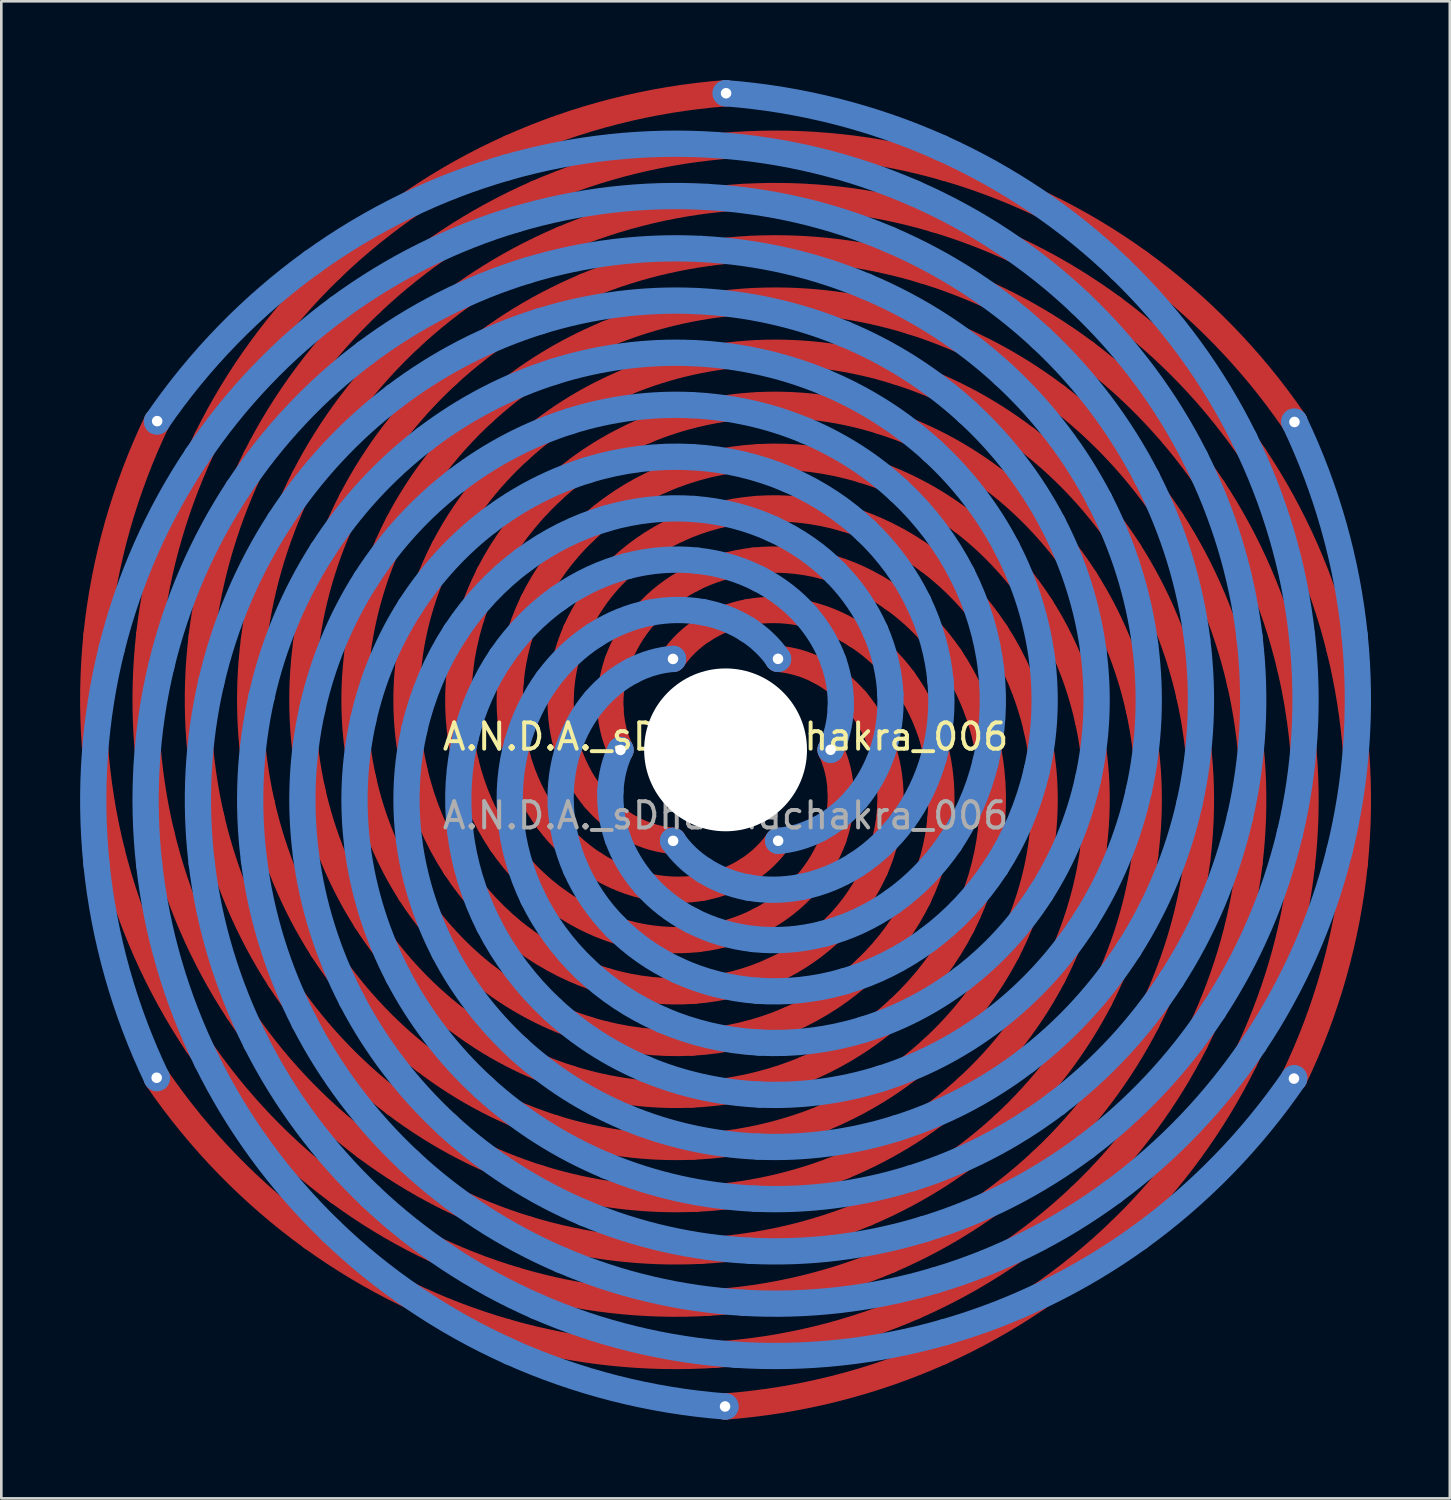
<source format=kicad_pcb>
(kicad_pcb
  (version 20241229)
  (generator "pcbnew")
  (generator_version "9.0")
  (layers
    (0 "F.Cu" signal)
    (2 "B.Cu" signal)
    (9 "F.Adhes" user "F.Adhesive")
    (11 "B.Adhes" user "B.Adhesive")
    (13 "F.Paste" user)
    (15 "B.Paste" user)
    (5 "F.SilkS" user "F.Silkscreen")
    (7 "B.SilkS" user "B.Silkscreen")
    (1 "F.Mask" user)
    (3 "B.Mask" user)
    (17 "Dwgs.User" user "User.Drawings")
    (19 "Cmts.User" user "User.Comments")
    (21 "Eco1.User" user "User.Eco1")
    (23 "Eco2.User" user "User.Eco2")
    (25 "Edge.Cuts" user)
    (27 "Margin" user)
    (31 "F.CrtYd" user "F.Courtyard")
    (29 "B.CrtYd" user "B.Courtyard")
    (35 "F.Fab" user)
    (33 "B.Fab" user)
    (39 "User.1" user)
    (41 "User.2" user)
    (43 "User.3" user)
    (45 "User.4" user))
  (footprint "A.N.D.A._sDharmachakra_006"
    (layer "F.Cu")
    (at 24.575 25.5)
    (property "Reference" "A.N.D.A._sDharmachakra_006" (at 0 -0.5 0) (unlocked yes) (layer "F.SilkS") (effects (font (size 1 1) (thickness 0.15))))
    (attr smd)
    (fp_curve (pts (xy -23.951 -4.358) (xy -23.667 -7.14) (xy -22.893 -9.911) (xy -21.651 -12.5)) (stroke (width 1) (type solid)) (layer "F.Cu"))
    (fp_curve (pts (xy -23.371 3.859) (xy -24.029 1.217) (xy -24.234 -1.576) (xy -23.951 -4.358)) (stroke (width 1) (type solid)) (layer "F.Cu"))
    (fp_curve (pts (xy -21.945 -4.365) (xy -21.66 -6.921) (xy -20.923 -9.465) (xy -19.755 -11.84)) (stroke (width 1) (type solid)) (layer "F.Cu"))
    (fp_curve (pts (xy -21.484 3.187) (xy -22.065 0.758) (xy -22.23 -1.809) (xy -21.945 -4.365)) (stroke (width 1) (type solid)) (layer "F.Cu"))
    (fp_curve (pts (xy -20.131 11.188) (xy -21.604 8.988) (xy -22.713 6.5) (xy -23.371 3.859)) (stroke (width 1) (type solid)) (layer "F.Cu"))
    (fp_curve (pts (xy -19.946 -4.308) (xy -19.667 -6.639) (xy -18.974 -8.958) (xy -17.886 -11.122)) (stroke (width 1) (type solid)) (layer "F.Cu"))
    (fp_curve (pts (xy -19.755 -11.84) (xy -18.586 -14.216) (xy -16.986 -16.42) (xy -15.027 -18.311)) (stroke (width 1) (type solid)) (layer "F.Cu"))
    (fp_curve (pts (xy -19.581 2.578) (xy -20.093 0.364) (xy -20.226 -1.977) (xy -19.946 -4.308)) (stroke (width 1) (type solid)) (layer "F.Cu"))
    (fp_curve (pts (xy -18.575 9.929) (xy -19.906 7.904) (xy -20.902 5.615) (xy -21.484 3.187)) (stroke (width 1) (type solid)) (layer "F.Cu"))
    (fp_curve (pts (xy -17.956 -4.187) (xy -17.689 -6.293) (xy -17.049 -8.39) (xy -16.047 -10.347)) (stroke (width 1) (type solid)) (layer "F.Cu"))
    (fp_curve (pts (xy -17.886 -11.122) (xy -16.798 -13.287) (xy -15.314 -15.294) (xy -13.502 -17.012)) (stroke (width 1) (type solid)) (layer "F.Cu"))
    (fp_curve (pts (xy -17.665 2.032) (xy -18.115 0.034) (xy -18.222 -2.08) (xy -17.956 -4.187)) (stroke (width 1) (type solid)) (layer "F.Cu"))
    (fp_curve (pts (xy -16.984 8.724) (xy -18.178 6.879) (xy -19.069 4.792) (xy -19.581 2.578)) (stroke (width 1) (type solid)) (layer "F.Cu"))
    (fp_curve (pts (xy -16.047 -10.347) (xy -15.046 -12.303) (xy -13.685 -14.118) (xy -12.023 -15.669)) (stroke (width 1) (type solid)) (layer "F.Cu"))
    (fp_curve (pts (xy -15.975 -4.002) (xy -15.729 -5.884) (xy -15.147 -7.762) (xy -14.239 -9.514)) (stroke (width 1) (type solid)) (layer "F.Cu"))
    (fp_curve (pts (xy -15.749 18.563) (xy -18.017 16.926) (xy -20.029 14.87) (xy -21.651 12.5)) (stroke (width 1) (type solid)) (layer "F.Cu"))
    (fp_curve (pts (xy -15.736 1.55) (xy -16.132 -0.231) (xy -16.221 -2.119) (xy -15.975 -4.002)) (stroke (width 1) (type solid)) (layer "F.Cu"))
    (fp_curve (pts (xy -15.359 7.574) (xy -16.423 5.912) (xy -17.215 4.03) (xy -17.665 2.032)) (stroke (width 1) (type solid)) (layer "F.Cu"))
    (fp_curve (pts (xy -15.027 -18.311) (xy -13.069 -20.201) (xy -10.753 -21.775) (xy -8.201 -22.921)) (stroke (width 1) (type solid)) (layer "F.Cu"))
    (fp_curve (pts (xy -14.753 16.822) (xy -16.824 15.297) (xy -18.659 13.387) (xy -20.131 11.188)) (stroke (width 1) (type solid)) (layer "F.Cu"))
    (fp_curve (pts (xy -14.239 -9.514) (xy -13.331 -11.267) (xy -12.098 -12.893) (xy -10.592 -14.282)) (stroke (width 1) (type solid)) (layer "F.Cu"))
    (fp_curve (pts (xy -14.006 -3.753) (xy -13.787 -5.414) (xy -13.271 -7.074) (xy -12.463 -8.625)) (stroke (width 1) (type solid)) (layer "F.Cu"))
    (fp_curve (pts (xy -13.797 1.131) (xy -14.145 -0.431) (xy -14.224 -2.092) (xy -14.006 -3.753)) (stroke (width 1) (type solid)) (layer "F.Cu"))
    (fp_curve (pts (xy -13.704 15.12) (xy -15.583 13.712) (xy -17.245 11.953) (xy -18.575 9.929)) (stroke (width 1) (type solid)) (layer "F.Cu"))
    (fp_curve (pts (xy -13.701 6.48) (xy -14.641 5.004) (xy -15.341 3.331) (xy -15.736 1.55)) (stroke (width 1) (type solid)) (layer "F.Cu"))
    (fp_curve (pts (xy -13.502 -17.012) (xy -11.689 -18.73) (xy -9.549 -20.157) (xy -7.192 -21.188)) (stroke (width 1) (type solid)) (layer "F.Cu"))
    (fp_curve (pts (xy -12.604 13.457) (xy -14.295 12.173) (xy -15.79 10.569) (xy -16.984 8.724)) (stroke (width 1) (type solid)) (layer "F.Cu"))
    (fp_curve (pts (xy -12.463 -8.625) (xy -11.654 -10.177) (xy -10.555 -11.62) (xy -9.21 -12.853)) (stroke (width 1) (type solid)) (layer "F.Cu"))
    (fp_curve (pts (xy -12.05 -3.441) (xy -11.866 -4.881) (xy -11.421 -6.326) (xy -10.719 -7.681)) (stroke (width 1) (type solid)) (layer "F.Cu"))
    (fp_curve (pts (xy -12.023 -15.669) (xy -10.362 -17.219) (xy -8.401 -18.505) (xy -6.242 -19.428)) (stroke (width 1) (type solid)) (layer "F.Cu"))
    (fp_curve (pts (xy -12.012 5.443) (xy -12.835 4.157) (xy -13.45 2.694) (xy -13.797 1.131)) (stroke (width 1) (type solid)) (layer "F.Cu"))
    (fp_curve (pts (xy -11.85 0.777) (xy -12.157 -0.566) (xy -12.233 -2.001) (xy -12.05 -3.441)) (stroke (width 1) (type solid)) (layer "F.Cu"))
    (fp_curve (pts (xy -11.453 11.834) (xy -12.961 10.68) (xy -14.295 9.237) (xy -15.359 7.574)) (stroke (width 1) (type solid)) (layer "F.Cu"))
    (fp_curve (pts (xy -10.719 -7.681) (xy -10.017 -9.037) (xy -9.058 -10.301) (xy -7.878 -11.383)) (stroke (width 1) (type solid)) (layer "F.Cu"))
    (fp_curve (pts (xy -10.592 -14.282) (xy -9.087 -15.671) (xy -7.309 -16.821) (xy -5.352 -17.644)) (stroke (width 1) (type solid)) (layer "F.Cu"))
    (fp_curve (pts (xy -10.293 4.462) (xy -11.005 3.37) (xy -11.542 2.12) (xy -11.85 0.777)) (stroke (width 1) (type solid)) (layer "F.Cu"))
    (fp_curve (pts (xy -10.253 10.253) (xy -11.582 9.233) (xy -12.761 7.956) (xy -13.701 6.48)) (stroke (width 1) (type solid)) (layer "F.Cu"))
    (fp_curve (pts (xy -10.108 -3.066) (xy -9.966 -4.287) (xy -9.601 -5.521) (xy -9.011 -6.683)) (stroke (width 1) (type solid)) (layer "F.Cu"))
    (fp_curve (pts (xy -9.894 0.486) (xy -10.168 -0.636) (xy -10.25 -1.845) (xy -10.108 -3.066)) (stroke (width 1) (type solid)) (layer "F.Cu"))
    (fp_curve (pts (xy -9.21 -12.853) (xy -7.866 -14.086) (xy -6.276 -15.107) (xy -4.522 -15.836)) (stroke (width 1) (type solid)) (layer "F.Cu"))
    (fp_curve (pts (xy -9.011 -6.683) (xy -8.421 -7.845) (xy -7.607 -8.936) (xy -6.597 -9.874)) (stroke (width 1) (type solid)) (layer "F.Cu"))
    (fp_curve (pts (xy -9.005 8.715) (xy -10.16 7.836) (xy -11.189 6.728) (xy -12.012 5.443)) (stroke (width 1) (type solid)) (layer "F.Cu"))
    (fp_curve (pts (xy -8.546 3.54) (xy -9.153 2.645) (xy -9.62 1.609) (xy -9.894 0.486)) (stroke (width 1) (type solid)) (layer "F.Cu"))
    (fp_curve (pts (xy -8.344 22.169) (xy -10.96 21.418) (xy -13.482 20.2) (xy -15.749 18.563)) (stroke (width 1) (type solid)) (layer "F.Cu"))
    (fp_curve (pts (xy -8.201 -22.921) (xy -5.65 -24.066) (xy -2.863 -24.781) (xy 0 -25)) (stroke (width 1) (type solid)) (layer "F.Cu"))
    (fp_curve (pts (xy -8.182 -2.629) (xy -8.089 -3.633) (xy -7.81 -4.657) (xy -7.339 -5.631)) (stroke (width 1) (type solid)) (layer "F.Cu"))
    (fp_curve (pts (xy -7.982 20.199) (xy -10.376 19.488) (xy -12.682 18.348) (xy -14.753 16.822)) (stroke (width 1) (type solid)) (layer "F.Cu"))
    (fp_curve (pts (xy -7.933 0.26) (xy -8.182 -0.642) (xy -8.275 -1.625) (xy -8.182 -2.629)) (stroke (width 1) (type solid)) (layer "F.Cu"))
    (fp_curve (pts (xy -7.878 -11.383) (xy -6.699 -12.466) (xy -5.3 -13.365) (xy -3.753 -14.006)) (stroke (width 1) (type solid)) (layer "F.Cu"))
    (fp_curve (pts (xy -7.709 7.22) (xy -8.696 6.487) (xy -9.581 5.554) (xy -10.293 4.462)) (stroke (width 1) (type solid)) (layer "F.Cu"))
    (fp_curve (pts (xy -7.558 18.247) (xy -9.732 17.583) (xy -11.825 16.528) (xy -13.704 15.12)) (stroke (width 1) (type solid)) (layer "F.Cu"))
    (fp_curve (pts (xy -7.339 -5.631) (xy -6.867 -6.605) (xy -6.203 -7.527) (xy -5.368 -8.326)) (stroke (width 1) (type solid)) (layer "F.Cu"))
    (fp_curve (pts (xy -7.192 -21.188) (xy -4.836 -22.218) (xy -2.264 -22.853) (xy 0.377 -23.028)) (stroke (width 1) (type solid)) (layer "F.Cu"))
    (fp_curve (pts (xy -7.072 16.314) (xy -9.028 15.705) (xy -10.913 14.741) (xy -12.604 13.457)) (stroke (width 1) (type solid)) (layer "F.Cu"))
    (fp_curve (pts (xy -6.772 2.676) (xy -7.282 1.981) (xy -7.685 1.161) (xy -7.933 0.26)) (stroke (width 1) (type solid)) (layer "F.Cu"))
    (fp_curve (pts (xy -6.597 -9.874) (xy -5.588 -10.811) (xy -4.384 -11.595) (xy -3.045 -12.156)) (stroke (width 1) (type solid)) (layer "F.Cu"))
    (fp_curve (pts (xy -6.526 14.403) (xy -8.266 13.855) (xy -9.945 12.989) (xy -11.453 11.834)) (stroke (width 1) (type solid)) (layer "F.Cu"))
    (fp_curve (pts (xy -6.368 5.771) (xy -7.191 5.189) (xy -7.938 4.435) (xy -8.546 3.54)) (stroke (width 1) (type solid)) (layer "F.Cu"))
    (fp_curve (pts (xy -6.273 -2.13) (xy -6.237 -2.918) (xy -6.05 -3.737) (xy -5.703 -4.526)) (stroke (width 1) (type solid)) (layer "F.Cu"))
    (fp_curve (pts (xy -6.242 -19.428) (xy -4.084 -20.351) (xy -1.729 -20.912) (xy 0.689 -21.051)) (stroke (width 1) (type solid)) (layer "F.Cu"))
    (fp_curve (pts (xy -5.968 0.098) (xy -6.198 -0.582) (xy -6.31 -1.341) (xy -6.273 -2.13)) (stroke (width 1) (type solid)) (layer "F.Cu"))
    (fp_curve (pts (xy -5.919 12.515) (xy -7.446 12.034) (xy -8.924 11.273) (xy -10.253 10.253)) (stroke (width 1) (type solid)) (layer "F.Cu"))
    (fp_curve (pts (xy -5.703 -4.526) (xy -5.356 -5.316) (xy -4.848 -6.075) (xy -4.192 -6.741)) (stroke (width 1) (type solid)) (layer "F.Cu"))
    (fp_curve (pts (xy -5.368 -8.326) (xy -4.533 -9.124) (xy -3.527 -9.799) (xy -2.398 -10.287)) (stroke (width 1) (type solid)) (layer "F.Cu"))
    (fp_curve (pts (xy -5.352 -17.644) (xy -3.395 -18.466) (xy -1.258 -18.96) (xy 0.937 -19.071)) (stroke (width 1) (type solid)) (layer "F.Cu"))
    (fp_curve (pts (xy -5.252 10.65) (xy -6.569 10.245) (xy -7.849 9.594) (xy -9.005 8.715)) (stroke (width 1) (type solid)) (layer "F.Cu"))
    (fp_curve (pts (xy -4.981 4.368) (xy -5.646 3.942) (xy -6.262 3.371) (xy -6.772 2.676)) (stroke (width 1) (type solid)) (layer "F.Cu"))
    (fp_curve (pts (xy -4.972 1.871) (xy -5.391 1.379) (xy -5.738 0.778) (xy -5.968 0.098)) (stroke (width 1) (type solid)) (layer "F.Cu"))
    (fp_curve (pts (xy -4.526 8.812) (xy -5.635 8.488) (xy -6.723 7.954) (xy -7.709 7.22)) (stroke (width 1) (type solid)) (layer "F.Cu"))
    (fp_curve (pts (xy -4.522 -15.836) (xy -2.768 -16.564) (xy -0.852 -16.998) (xy 1.12 -17.088)) (stroke (width 1) (type solid)) (layer "F.Cu"))
    (fp_curve (pts (xy -4.384 -1.569) (xy -4.41 -2.144) (xy -4.324 -2.761) (xy -4.107 -3.37)) (stroke (width 1) (type solid)) (layer "F.Cu"))
    (fp_curve (pts (xy -4.192 -6.741) (xy -3.535 -7.406) (xy -2.73 -7.978) (xy -1.814 -8.4)) (stroke (width 1) (type solid)) (layer "F.Cu"))
    (fp_curve (pts (xy -4.107 -3.37) (xy -3.89 -3.979) (xy -3.542 -4.58) (xy -3.069 -5.12)) (stroke (width 1) (type solid)) (layer "F.Cu"))
    (fp_curve (pts (xy -4 0) (xy -4.219 -0.458) (xy -4.358 -0.993) (xy -4.384 -1.569)) (stroke (width 1) (type solid)) (layer "F.Cu"))
    (fp_curve (pts (xy -3.753 -14.006) (xy -2.205 -14.647) (xy -0.509 -15.029) (xy 1.239 -15.106)) (stroke (width 1) (type solid)) (layer "F.Cu"))
    (fp_curve (pts (xy -3.742 7) (xy -4.647 6.765) (xy -5.544 6.354) (xy -6.368 5.771)) (stroke (width 1) (type solid)) (layer "F.Cu"))
    (fp_curve (pts (xy -3.551 3.012) (xy -4.062 2.747) (xy -4.553 2.364) (xy -4.972 1.871)) (stroke (width 1) (type solid)) (layer "F.Cu"))
    (fp_curve (pts (xy -3.069 -5.12) (xy -2.595 -5.659) (xy -1.994 -6.135) (xy -1.292 -6.498)) (stroke (width 1) (type solid)) (layer "F.Cu"))
    (fp_curve (pts (xy -3.045 -12.156) (xy -1.706 -12.717) (xy -0.232 -13.054) (xy 1.293 -13.124)) (stroke (width 1) (type solid)) (layer "F.Cu"))
    (fp_curve (pts (xy -2.899 5.217) (xy -3.603 5.076) (xy -4.316 4.794) (xy -4.981 4.368)) (stroke (width 1) (type solid)) (layer "F.Cu"))
    (fp_curve (pts (xy -2.398 -10.287) (xy -1.27 -10.774) (xy -0.019 -11.075) (xy 1.282 -11.145)) (stroke (width 1) (type solid)) (layer "F.Cu"))
    (fp_curve (pts (xy -2 -3.464) (xy -1.713 -3.883) (xy -1.319 -4.27) (xy -0.834 -4.581)) (stroke (width 1) (type solid)) (layer "F.Cu"))
    (fp_curve (pts (xy -2 3.464) (xy -2.506 3.424) (xy -3.039 3.278) (xy -3.551 3.012)) (stroke (width 1) (type solid)) (layer "F.Cu"))
    (fp_curve (pts (xy -1.814 -8.4) (xy -0.898 -8.822) (xy 0.128 -9.092) (xy 1.207 -9.171)) (stroke (width 1) (type solid)) (layer "F.Cu"))
    (fp_curve (pts (xy -1.293 13.124) (xy -2.817 13.194) (xy -4.392 12.995) (xy -5.919 12.515)) (stroke (width 1) (type solid)) (layer "F.Cu"))
    (fp_curve (pts (xy -1.292 -6.498) (xy -0.591 -6.86) (xy 0.211 -7.108) (xy 1.068 -7.202)) (stroke (width 1) (type solid)) (layer "F.Cu"))
    (fp_curve (pts (xy -1.282 11.145) (xy -2.584 11.216) (xy -3.936 11.056) (xy -5.252 10.65)) (stroke (width 1) (type solid)) (layer "F.Cu"))
    (fp_curve (pts (xy -1.239 15.106) (xy -2.987 15.182) (xy -4.786 14.951) (xy -6.526 14.403)) (stroke (width 1) (type solid)) (layer "F.Cu"))
    (fp_curve (pts (xy -1.207 9.171) (xy -2.286 9.249) (xy -3.417 9.136) (xy -4.526 8.812)) (stroke (width 1) (type solid)) (layer "F.Cu"))
    (fp_curve (pts (xy -1.12 17.088) (xy -3.092 17.178) (xy -5.117 16.924) (xy -7.072 16.314)) (stroke (width 1) (type solid)) (layer "F.Cu"))
    (fp_curve (pts (xy -1.068 7.202) (xy -1.925 7.296) (xy -2.837 7.236) (xy -3.742 7)) (stroke (width 1) (type solid)) (layer "F.Cu"))
    (fp_curve (pts (xy -0.937 19.071) (xy -3.132 19.182) (xy -5.384 18.91) (xy -7.558 18.247)) (stroke (width 1) (type solid)) (layer "F.Cu"))
    (fp_curve (pts (xy -0.865 5.242) (xy -1.501 5.358) (xy -2.196 5.358) (xy -2.899 5.217)) (stroke (width 1) (type solid)) (layer "F.Cu"))
    (fp_curve (pts (xy -0.834 -4.581) (xy -0.348 -4.892) (xy 0.229 -5.125) (xy 0.865 -5.242)) (stroke (width 1) (type solid)) (layer "F.Cu"))
    (fp_curve (pts (xy -0.689 21.051) (xy -3.107 21.191) (xy -5.588 20.91) (xy -7.982 20.199)) (stroke (width 1) (type solid)) (layer "F.Cu"))
    (fp_curve (pts (xy -0.377 23.028) (xy -3.018 23.204) (xy -5.728 22.92) (xy -8.344 22.169)) (stroke (width 1) (type solid)) (layer "F.Cu"))
    (fp_curve (pts (xy 0.377 -23.028) (xy 3.018 -23.204) (xy 5.728 -22.92) (xy 8.344 -22.169)) (stroke (width 1) (type solid)) (layer "F.Cu"))
    (fp_curve (pts (xy 0.689 -21.051) (xy 3.107 -21.191) (xy 5.588 -20.91) (xy 7.982 -20.199)) (stroke (width 1) (type solid)) (layer "F.Cu"))
    (fp_curve (pts (xy 0.834 4.581) (xy 0.348 4.892) (xy -0.229 5.125) (xy -0.865 5.242)) (stroke (width 1) (type solid)) (layer "F.Cu"))
    (fp_curve (pts (xy 0.865 -5.242) (xy 1.501 -5.358) (xy 2.196 -5.358) (xy 2.899 -5.217)) (stroke (width 1) (type solid)) (layer "F.Cu"))
    (fp_curve (pts (xy 0.937 -19.071) (xy 3.132 -19.182) (xy 5.384 -18.91) (xy 7.558 -18.247)) (stroke (width 1) (type solid)) (layer "F.Cu"))
    (fp_curve (pts (xy 1.068 -7.202) (xy 1.925 -7.296) (xy 2.837 -7.236) (xy 3.742 -7)) (stroke (width 1) (type solid)) (layer "F.Cu"))
    (fp_curve (pts (xy 1.12 -17.088) (xy 3.092 -17.178) (xy 5.117 -16.924) (xy 7.072 -16.314)) (stroke (width 1) (type solid)) (layer "F.Cu"))
    (fp_curve (pts (xy 1.207 -9.171) (xy 2.286 -9.249) (xy 3.417 -9.136) (xy 4.526 -8.812)) (stroke (width 1) (type solid)) (layer "F.Cu"))
    (fp_curve (pts (xy 1.239 -15.106) (xy 2.987 -15.182) (xy 4.786 -14.951) (xy 6.526 -14.403)) (stroke (width 1) (type solid)) (layer "F.Cu"))
    (fp_curve (pts (xy 1.282 -11.145) (xy 2.584 -11.216) (xy 3.936 -11.056) (xy 5.252 -10.65)) (stroke (width 1) (type solid)) (layer "F.Cu"))
    (fp_curve (pts (xy 1.292 6.498) (xy 0.591 6.86) (xy -0.211 7.108) (xy -1.068 7.202)) (stroke (width 1) (type solid)) (layer "F.Cu"))
    (fp_curve (pts (xy 1.293 -13.124) (xy 2.817 -13.194) (xy 4.392 -12.995) (xy 5.919 -12.515)) (stroke (width 1) (type solid)) (layer "F.Cu"))
    (fp_curve (pts (xy 1.814 8.4) (xy 0.898 8.822) (xy -0.128 9.092) (xy -1.207 9.171)) (stroke (width 1) (type solid)) (layer "F.Cu"))
    (fp_curve (pts (xy 2 -3.464) (xy 2.506 -3.424) (xy 3.039 -3.278) (xy 3.551 -3.012)) (stroke (width 1) (type solid)) (layer "F.Cu"))
    (fp_curve (pts (xy 2 3.464) (xy 1.713 3.883) (xy 1.319 4.27) (xy 0.834 4.581)) (stroke (width 1) (type solid)) (layer "F.Cu"))
    (fp_curve (pts (xy 2.398 10.287) (xy 1.27 10.774) (xy 0.019 11.075) (xy -1.282 11.145)) (stroke (width 1) (type solid)) (layer "F.Cu"))
    (fp_curve (pts (xy 2.899 -5.217) (xy 3.603 -5.076) (xy 4.316 -4.794) (xy 4.981 -4.368)) (stroke (width 1) (type solid)) (layer "F.Cu"))
    (fp_curve (pts (xy 3.045 12.156) (xy 1.706 12.717) (xy 0.232 13.054) (xy -1.293 13.124)) (stroke (width 1) (type solid)) (layer "F.Cu"))
    (fp_curve (pts (xy 3.069 5.12) (xy 2.595 5.659) (xy 1.994 6.135) (xy 1.292 6.498)) (stroke (width 1) (type solid)) (layer "F.Cu"))
    (fp_curve (pts (xy 3.551 -3.012) (xy 4.062 -2.747) (xy 4.553 -2.364) (xy 4.972 -1.871)) (stroke (width 1) (type solid)) (layer "F.Cu"))
    (fp_curve (pts (xy 3.742 -7) (xy 4.647 -6.765) (xy 5.544 -6.354) (xy 6.368 -5.771)) (stroke (width 1) (type solid)) (layer "F.Cu"))
    (fp_curve (pts (xy 3.753 14.006) (xy 2.205 14.647) (xy 0.509 15.029) (xy -1.239 15.106)) (stroke (width 1) (type solid)) (layer "F.Cu"))
    (fp_curve (pts (xy 4 0) (xy 4.219 0.458) (xy 4.358 0.993) (xy 4.384 1.569)) (stroke (width 1) (type solid)) (layer "F.Cu"))
    (fp_curve (pts (xy 4.107 3.37) (xy 3.89 3.979) (xy 3.542 4.58) (xy 3.069 5.12)) (stroke (width 1) (type solid)) (layer "F.Cu"))
    (fp_curve (pts (xy 4.192 6.741) (xy 3.535 7.406) (xy 2.73 7.978) (xy 1.814 8.4)) (stroke (width 1) (type solid)) (layer "F.Cu"))
    (fp_curve (pts (xy 4.384 1.569) (xy 4.41 2.144) (xy 4.324 2.761) (xy 4.107 3.37)) (stroke (width 1) (type solid)) (layer "F.Cu"))
    (fp_curve (pts (xy 4.522 15.836) (xy 2.768 16.564) (xy 0.852 16.998) (xy -1.12 17.088)) (stroke (width 1) (type solid)) (layer "F.Cu"))
    (fp_curve (pts (xy 4.526 -8.812) (xy 5.635 -8.488) (xy 6.723 -7.954) (xy 7.709 -7.22)) (stroke (width 1) (type solid)) (layer "F.Cu"))
    (fp_curve (pts (xy 4.972 -1.871) (xy 5.391 -1.379) (xy 5.738 -0.778) (xy 5.968 -0.098)) (stroke (width 1) (type solid)) (layer "F.Cu"))
    (fp_curve (pts (xy 4.981 -4.368) (xy 5.646 -3.942) (xy 6.262 -3.371) (xy 6.772 -2.676)) (stroke (width 1) (type solid)) (layer "F.Cu"))
    (fp_curve (pts (xy 5.252 -10.65) (xy 6.569 -10.245) (xy 7.849 -9.594) (xy 9.005 -8.715)) (stroke (width 1) (type solid)) (layer "F.Cu"))
    (fp_curve (pts (xy 5.352 17.644) (xy 3.395 18.466) (xy 1.258 18.96) (xy -0.937 19.071)) (stroke (width 1) (type solid)) (layer "F.Cu"))
    (fp_curve (pts (xy 5.368 8.326) (xy 4.533 9.124) (xy 3.527 9.799) (xy 2.398 10.287)) (stroke (width 1) (type solid)) (layer "F.Cu"))
    (fp_curve (pts (xy 5.703 4.526) (xy 5.356 5.316) (xy 4.848 6.075) (xy 4.192 6.741)) (stroke (width 1) (type solid)) (layer "F.Cu"))
    (fp_curve (pts (xy 5.919 -12.515) (xy 7.446 -12.034) (xy 8.924 -11.273) (xy 10.253 -10.253)) (stroke (width 1) (type solid)) (layer "F.Cu"))
    (fp_curve (pts (xy 5.968 -0.098) (xy 6.198 0.582) (xy 6.31 1.341) (xy 6.273 2.13)) (stroke (width 1) (type solid)) (layer "F.Cu"))
    (fp_curve (pts (xy 6.242 19.428) (xy 4.084 20.351) (xy 1.729 20.912) (xy -0.689 21.051)) (stroke (width 1) (type solid)) (layer "F.Cu"))
    (fp_curve (pts (xy 6.273 2.13) (xy 6.237 2.918) (xy 6.05 3.737) (xy 5.703 4.526)) (stroke (width 1) (type solid)) (layer "F.Cu"))
    (fp_curve (pts (xy 6.368 -5.771) (xy 7.191 -5.189) (xy 7.938 -4.435) (xy 8.546 -3.54)) (stroke (width 1) (type solid)) (layer "F.Cu"))
    (fp_curve (pts (xy 6.526 -14.403) (xy 8.266 -13.855) (xy 9.945 -12.989) (xy 11.453 -11.834)) (stroke (width 1) (type solid)) (layer "F.Cu"))
    (fp_curve (pts (xy 6.597 9.874) (xy 5.588 10.811) (xy 4.384 11.595) (xy 3.045 12.156)) (stroke (width 1) (type solid)) (layer "F.Cu"))
    (fp_curve (pts (xy 6.772 -2.676) (xy 7.282 -1.981) (xy 7.685 -1.161) (xy 7.933 -0.26)) (stroke (width 1) (type solid)) (layer "F.Cu"))
    (fp_curve (pts (xy 7.072 -16.314) (xy 9.028 -15.705) (xy 10.913 -14.741) (xy 12.604 -13.457)) (stroke (width 1) (type solid)) (layer "F.Cu"))
    (fp_curve (pts (xy 7.192 21.188) (xy 4.836 22.218) (xy 2.264 22.853) (xy -0.377 23.028)) (stroke (width 1) (type solid)) (layer "F.Cu"))
    (fp_curve (pts (xy 7.339 5.631) (xy 6.867 6.605) (xy 6.203 7.527) (xy 5.368 8.326)) (stroke (width 1) (type solid)) (layer "F.Cu"))
    (fp_curve (pts (xy 7.558 -18.247) (xy 9.732 -17.583) (xy 11.825 -16.528) (xy 13.704 -15.12)) (stroke (width 1) (type solid)) (layer "F.Cu"))
    (fp_curve (pts (xy 7.709 -7.22) (xy 8.696 -6.487) (xy 9.581 -5.554) (xy 10.293 -4.462)) (stroke (width 1) (type solid)) (layer "F.Cu"))
    (fp_curve (pts (xy 7.878 11.383) (xy 6.699 12.466) (xy 5.3 13.365) (xy 3.753 14.006)) (stroke (width 1) (type solid)) (layer "F.Cu"))
    (fp_curve (pts (xy 7.933 -0.26) (xy 8.182 0.642) (xy 8.275 1.625) (xy 8.182 2.629)) (stroke (width 1) (type solid)) (layer "F.Cu"))
    (fp_curve (pts (xy 7.982 -20.199) (xy 10.376 -19.488) (xy 12.682 -18.348) (xy 14.753 -16.822)) (stroke (width 1) (type solid)) (layer "F.Cu"))
    (fp_curve (pts (xy 8.182 2.629) (xy 8.089 3.633) (xy 7.81 4.657) (xy 7.339 5.631)) (stroke (width 1) (type solid)) (layer "F.Cu"))
    (fp_curve (pts (xy 8.201 22.921) (xy 5.65 24.066) (xy 2.863 24.781) (xy 0 25)) (stroke (width 1) (type solid)) (layer "F.Cu"))
    (fp_curve (pts (xy 8.344 -22.169) (xy 10.96 -21.418) (xy 13.482 -20.2) (xy 15.749 -18.563)) (stroke (width 1) (type solid)) (layer "F.Cu"))
    (fp_curve (pts (xy 8.546 -3.54) (xy 9.153 -2.645) (xy 9.62 -1.609) (xy 9.894 -0.486)) (stroke (width 1) (type solid)) (layer "F.Cu"))
    (fp_curve (pts (xy 9.005 -8.715) (xy 10.16 -7.836) (xy 11.189 -6.728) (xy 12.012 -5.443)) (stroke (width 1) (type solid)) (layer "F.Cu"))
    (fp_curve (pts (xy 9.011 6.683) (xy 8.421 7.845) (xy 7.607 8.936) (xy 6.597 9.874)) (stroke (width 1) (type solid)) (layer "F.Cu"))
    (fp_curve (pts (xy 9.21 12.853) (xy 7.866 14.086) (xy 6.276 15.107) (xy 4.522 15.836)) (stroke (width 1) (type solid)) (layer "F.Cu"))
    (fp_curve (pts (xy 9.894 -0.486) (xy 10.168 0.636) (xy 10.25 1.845) (xy 10.108 3.066)) (stroke (width 1) (type solid)) (layer "F.Cu"))
    (fp_curve (pts (xy 10.108 3.066) (xy 9.966 4.287) (xy 9.601 5.521) (xy 9.011 6.683)) (stroke (width 1) (type solid)) (layer "F.Cu"))
    (fp_curve (pts (xy 10.253 -10.253) (xy 11.582 -9.233) (xy 12.761 -7.956) (xy 13.701 -6.48)) (stroke (width 1) (type solid)) (layer "F.Cu"))
    (fp_curve (pts (xy 10.293 -4.462) (xy 11.005 -3.37) (xy 11.542 -2.12) (xy 11.85 -0.777)) (stroke (width 1) (type solid)) (layer "F.Cu"))
    (fp_curve (pts (xy 10.592 14.282) (xy 9.087 15.671) (xy 7.309 16.821) (xy 5.352 17.644)) (stroke (width 1) (type solid)) (layer "F.Cu"))
    (fp_curve (pts (xy 10.719 7.681) (xy 10.017 9.037) (xy 9.058 10.301) (xy 7.878 11.383)) (stroke (width 1) (type solid)) (layer "F.Cu"))
    (fp_curve (pts (xy 11.453 -11.834) (xy 12.961 -10.68) (xy 14.295 -9.237) (xy 15.359 -7.574)) (stroke (width 1) (type solid)) (layer "F.Cu"))
    (fp_curve (pts (xy 11.85 -0.777) (xy 12.157 0.566) (xy 12.233 2.001) (xy 12.05 3.441)) (stroke (width 1) (type solid)) (layer "F.Cu"))
    (fp_curve (pts (xy 12.012 -5.443) (xy 12.835 -4.157) (xy 13.45 -2.694) (xy 13.797 -1.131)) (stroke (width 1) (type solid)) (layer "F.Cu"))
    (fp_curve (pts (xy 12.023 15.669) (xy 10.362 17.219) (xy 8.401 18.505) (xy 6.242 19.428)) (stroke (width 1) (type solid)) (layer "F.Cu"))
    (fp_curve (pts (xy 12.05 3.441) (xy 11.866 4.881) (xy 11.421 6.326) (xy 10.719 7.681)) (stroke (width 1) (type solid)) (layer "F.Cu"))
    (fp_curve (pts (xy 12.463 8.625) (xy 11.654 10.177) (xy 10.555 11.62) (xy 9.21 12.853)) (stroke (width 1) (type solid)) (layer "F.Cu"))
    (fp_curve (pts (xy 12.604 -13.457) (xy 14.295 -12.173) (xy 15.79 -10.569) (xy 16.984 -8.724)) (stroke (width 1) (type solid)) (layer "F.Cu"))
    (fp_curve (pts (xy 13.502 17.012) (xy 11.689 18.73) (xy 9.549 20.157) (xy 7.192 21.188)) (stroke (width 1) (type solid)) (layer "F.Cu"))
    (fp_curve (pts (xy 13.701 -6.48) (xy 14.641 -5.004) (xy 15.341 -3.331) (xy 15.736 -1.55)) (stroke (width 1) (type solid)) (layer "F.Cu"))
    (fp_curve (pts (xy 13.704 -15.12) (xy 15.583 -13.712) (xy 17.245 -11.953) (xy 18.575 -9.929)) (stroke (width 1) (type solid)) (layer "F.Cu"))
    (fp_curve (pts (xy 13.797 -1.131) (xy 14.145 0.431) (xy 14.224 2.092) (xy 14.006 3.753)) (stroke (width 1) (type solid)) (layer "F.Cu"))
    (fp_curve (pts (xy 14.006 3.753) (xy 13.787 5.414) (xy 13.271 7.074) (xy 12.463 8.625)) (stroke (width 1) (type solid)) (layer "F.Cu"))
    (fp_curve (pts (xy 14.239 9.514) (xy 13.331 11.267) (xy 12.098 12.893) (xy 10.592 14.282)) (stroke (width 1) (type solid)) (layer "F.Cu"))
    (fp_curve (pts (xy 14.753 -16.822) (xy 16.824 -15.297) (xy 18.659 -13.387) (xy 20.131 -11.188)) (stroke (width 1) (type solid)) (layer "F.Cu"))
    (fp_curve (pts (xy 15.027 18.311) (xy 13.069 20.201) (xy 10.753 21.775) (xy 8.201 22.921)) (stroke (width 1) (type solid)) (layer "F.Cu"))
    (fp_curve (pts (xy 15.359 -7.574) (xy 16.423 -5.912) (xy 17.215 -4.03) (xy 17.665 -2.032)) (stroke (width 1) (type solid)) (layer "F.Cu"))
    (fp_curve (pts (xy 15.736 -1.55) (xy 16.132 0.231) (xy 16.221 2.119) (xy 15.975 4.002)) (stroke (width 1) (type solid)) (layer "F.Cu"))
    (fp_curve (pts (xy 15.749 -18.563) (xy 18.017 -16.926) (xy 20.029 -14.87) (xy 21.651 -12.5)) (stroke (width 1) (type solid)) (layer "F.Cu"))
    (fp_curve (pts (xy 15.975 4.002) (xy 15.729 5.884) (xy 15.147 7.762) (xy 14.239 9.514)) (stroke (width 1) (type solid)) (layer "F.Cu"))
    (fp_curve (pts (xy 16.047 10.347) (xy 15.046 12.303) (xy 13.685 14.118) (xy 12.023 15.669)) (stroke (width 1) (type solid)) (layer "F.Cu"))
    (fp_curve (pts (xy 16.984 -8.724) (xy 18.178 -6.879) (xy 19.069 -4.792) (xy 19.581 -2.578)) (stroke (width 1) (type solid)) (layer "F.Cu"))
    (fp_curve (pts (xy 17.665 -2.032) (xy 18.115 -0.034) (xy 18.222 2.08) (xy 17.956 4.187)) (stroke (width 1) (type solid)) (layer "F.Cu"))
    (fp_curve (pts (xy 17.886 11.122) (xy 16.798 13.287) (xy 15.314 15.294) (xy 13.502 17.012)) (stroke (width 1) (type solid)) (layer "F.Cu"))
    (fp_curve (pts (xy 17.956 4.187) (xy 17.689 6.293) (xy 17.049 8.39) (xy 16.047 10.347)) (stroke (width 1) (type solid)) (layer "F.Cu"))
    (fp_curve (pts (xy 18.575 -9.929) (xy 19.906 -7.904) (xy 20.902 -5.615) (xy 21.484 -3.187)) (stroke (width 1) (type solid)) (layer "F.Cu"))
    (fp_curve (pts (xy 19.581 -2.578) (xy 20.093 -0.364) (xy 20.226 1.977) (xy 19.946 4.308)) (stroke (width 1) (type solid)) (layer "F.Cu"))
    (fp_curve (pts (xy 19.755 11.84) (xy 18.586 14.216) (xy 16.986 16.42) (xy 15.027 18.311)) (stroke (width 1) (type solid)) (layer "F.Cu"))
    (fp_curve (pts (xy 19.946 4.308) (xy 19.667 6.639) (xy 18.974 8.958) (xy 17.886 11.122)) (stroke (width 1) (type solid)) (layer "F.Cu"))
    (fp_curve (pts (xy 20.131 -11.188) (xy 21.604 -8.988) (xy 22.713 -6.5) (xy 23.371 -3.859)) (stroke (width 1) (type solid)) (layer "F.Cu"))
    (fp_curve (pts (xy 21.484 -3.187) (xy 22.065 -0.758) (xy 22.23 1.809) (xy 21.945 4.365)) (stroke (width 1) (type solid)) (layer "F.Cu"))
    (fp_curve (pts (xy 21.945 4.365) (xy 21.66 6.921) (xy 20.923 9.465) (xy 19.755 11.84)) (stroke (width 1) (type solid)) (layer "F.Cu"))
    (fp_curve (pts (xy 23.371 -3.859) (xy 24.029 -1.217) (xy 24.234 1.576) (xy 23.951 4.358)) (stroke (width 1) (type solid)) (layer "F.Cu"))
    (fp_curve (pts (xy 23.951 4.358) (xy 23.667 7.14) (xy 22.893 9.911) (xy 21.651 12.5)) (stroke (width 1) (type solid)) (layer "F.Cu"))
    (fp_curve (pts (xy -23.951 4.358) (xy -23.667 7.14) (xy -22.893 9.911) (xy -21.651 12.5)) (stroke (width 1) (type solid)) (layer "B.Cu"))
    (fp_curve (pts (xy -23.371 -3.859) (xy -24.029 -1.217) (xy -24.234 1.576) (xy -23.951 4.358)) (stroke (width 1) (type solid)) (layer "B.Cu"))
    (fp_curve (pts (xy -21.945 4.365) (xy -21.66 6.921) (xy -20.923 9.465) (xy -19.755 11.84)) (stroke (width 1) (type solid)) (layer "B.Cu"))
    (fp_curve (pts (xy -21.484 -3.187) (xy -22.065 -0.758) (xy -22.23 1.809) (xy -21.945 4.365)) (stroke (width 1) (type solid)) (layer "B.Cu"))
    (fp_curve (pts (xy -20.131 -11.188) (xy -21.604 -8.988) (xy -22.713 -6.5) (xy -23.371 -3.859)) (stroke (width 1) (type solid)) (layer "B.Cu"))
    (fp_curve (pts (xy -19.946 4.308) (xy -19.667 6.639) (xy -18.974 8.958) (xy -17.886 11.122)) (stroke (width 1) (type solid)) (layer "B.Cu"))
    (fp_curve (pts (xy -19.755 11.84) (xy -18.586 14.216) (xy -16.986 16.42) (xy -15.027 18.311)) (stroke (width 1) (type solid)) (layer "B.Cu"))
    (fp_curve (pts (xy -19.581 -2.578) (xy -20.093 -0.364) (xy -20.226 1.977) (xy -19.946 4.308)) (stroke (width 1) (type solid)) (layer "B.Cu"))
    (fp_curve (pts (xy -18.575 -9.929) (xy -19.906 -7.904) (xy -20.902 -5.615) (xy -21.484 -3.187)) (stroke (width 1) (type solid)) (layer "B.Cu"))
    (fp_curve (pts (xy -17.956 4.187) (xy -17.689 6.293) (xy -17.049 8.39) (xy -16.047 10.347)) (stroke (width 1) (type solid)) (layer "B.Cu"))
    (fp_curve (pts (xy -17.886 11.122) (xy -16.798 13.287) (xy -15.314 15.294) (xy -13.502 17.012)) (stroke (width 1) (type solid)) (layer "B.Cu"))
    (fp_curve (pts (xy -17.665 -2.032) (xy -18.115 -0.034) (xy -18.222 2.08) (xy -17.956 4.187)) (stroke (width 1) (type solid)) (layer "B.Cu"))
    (fp_curve (pts (xy -16.984 -8.724) (xy -18.178 -6.879) (xy -19.069 -4.792) (xy -19.581 -2.578)) (stroke (width 1) (type solid)) (layer "B.Cu"))
    (fp_curve (pts (xy -16.047 10.347) (xy -15.046 12.303) (xy -13.685 14.118) (xy -12.023 15.669)) (stroke (width 1) (type solid)) (layer "B.Cu"))
    (fp_curve (pts (xy -15.975 4.002) (xy -15.729 5.884) (xy -15.147 7.762) (xy -14.239 9.514)) (stroke (width 1) (type solid)) (layer "B.Cu"))
    (fp_curve (pts (xy -15.749 -18.563) (xy -18.017 -16.926) (xy -20.029 -14.87) (xy -21.651 -12.5)) (stroke (width 1) (type solid)) (layer "B.Cu"))
    (fp_curve (pts (xy -15.736 -1.55) (xy -16.132 0.231) (xy -16.221 2.119) (xy -15.975 4.002)) (stroke (width 1) (type solid)) (layer "B.Cu"))
    (fp_curve (pts (xy -15.359 -7.574) (xy -16.423 -5.912) (xy -17.215 -4.03) (xy -17.665 -2.032)) (stroke (width 1) (type solid)) (layer "B.Cu"))
    (fp_curve (pts (xy -15.027 18.311) (xy -13.069 20.201) (xy -10.753 21.775) (xy -8.201 22.921)) (stroke (width 1) (type solid)) (layer "B.Cu"))
    (fp_curve (pts (xy -14.753 -16.822) (xy -16.824 -15.297) (xy -18.659 -13.387) (xy -20.131 -11.188)) (stroke (width 1) (type solid)) (layer "B.Cu"))
    (fp_curve (pts (xy -14.239 9.514) (xy -13.331 11.267) (xy -12.098 12.893) (xy -10.592 14.282)) (stroke (width 1) (type solid)) (layer "B.Cu"))
    (fp_curve (pts (xy -14.006 3.753) (xy -13.787 5.414) (xy -13.271 7.074) (xy -12.463 8.625)) (stroke (width 1) (type solid)) (layer "B.Cu"))
    (fp_curve (pts (xy -13.797 -1.131) (xy -14.145 0.431) (xy -14.224 2.092) (xy -14.006 3.753)) (stroke (width 1) (type solid)) (layer "B.Cu"))
    (fp_curve (pts (xy -13.704 -15.12) (xy -15.583 -13.712) (xy -17.245 -11.953) (xy -18.575 -9.929)) (stroke (width 1) (type solid)) (layer "B.Cu"))
    (fp_curve (pts (xy -13.701 -6.48) (xy -14.641 -5.004) (xy -15.341 -3.331) (xy -15.736 -1.55)) (stroke (width 1) (type solid)) (layer "B.Cu"))
    (fp_curve (pts (xy -13.502 17.012) (xy -11.689 18.73) (xy -9.549 20.157) (xy -7.192 21.188)) (stroke (width 1) (type solid)) (layer "B.Cu"))
    (fp_curve (pts (xy -12.604 -13.457) (xy -14.295 -12.173) (xy -15.79 -10.569) (xy -16.984 -8.724)) (stroke (width 1) (type solid)) (layer "B.Cu"))
    (fp_curve (pts (xy -12.463 8.625) (xy -11.654 10.177) (xy -10.555 11.62) (xy -9.21 12.853)) (stroke (width 1) (type solid)) (layer "B.Cu"))
    (fp_curve (pts (xy -12.05 3.441) (xy -11.866 4.881) (xy -11.421 6.326) (xy -10.719 7.681)) (stroke (width 1) (type solid)) (layer "B.Cu"))
    (fp_curve (pts (xy -12.023 15.669) (xy -10.362 17.219) (xy -8.401 18.505) (xy -6.242 19.428)) (stroke (width 1) (type solid)) (layer "B.Cu"))
    (fp_curve (pts (xy -12.012 -5.443) (xy -12.835 -4.157) (xy -13.45 -2.694) (xy -13.797 -1.131)) (stroke (width 1) (type solid)) (layer "B.Cu"))
    (fp_curve (pts (xy -11.85 -0.777) (xy -12.157 0.566) (xy -12.233 2.001) (xy -12.05 3.441)) (stroke (width 1) (type solid)) (layer "B.Cu"))
    (fp_curve (pts (xy -11.453 -11.834) (xy -12.961 -10.68) (xy -14.295 -9.237) (xy -15.359 -7.574)) (stroke (width 1) (type solid)) (layer "B.Cu"))
    (fp_curve (pts (xy -10.719 7.681) (xy -10.017 9.037) (xy -9.058 10.301) (xy -7.878 11.383)) (stroke (width 1) (type solid)) (layer "B.Cu"))
    (fp_curve (pts (xy -10.592 14.282) (xy -9.087 15.671) (xy -7.309 16.821) (xy -5.352 17.644)) (stroke (width 1) (type solid)) (layer "B.Cu"))
    (fp_curve (pts (xy -10.293 -4.462) (xy -11.005 -3.37) (xy -11.542 -2.12) (xy -11.85 -0.777)) (stroke (width 1) (type solid)) (layer "B.Cu"))
    (fp_curve (pts (xy -10.253 -10.253) (xy -11.582 -9.233) (xy -12.761 -7.956) (xy -13.701 -6.48)) (stroke (width 1) (type solid)) (layer "B.Cu"))
    (fp_curve (pts (xy -10.108 3.066) (xy -9.966 4.287) (xy -9.601 5.521) (xy -9.011 6.683)) (stroke (width 1) (type solid)) (layer "B.Cu"))
    (fp_curve (pts (xy -9.894 -0.486) (xy -10.168 0.636) (xy -10.25 1.845) (xy -10.108 3.066)) (stroke (width 1) (type solid)) (layer "B.Cu"))
    (fp_curve (pts (xy -9.21 12.853) (xy -7.866 14.086) (xy -6.276 15.107) (xy -4.522 15.836)) (stroke (width 1) (type solid)) (layer "B.Cu"))
    (fp_curve (pts (xy -9.011 6.683) (xy -8.421 7.845) (xy -7.607 8.936) (xy -6.597 9.874)) (stroke (width 1) (type solid)) (layer "B.Cu"))
    (fp_curve (pts (xy -9.005 -8.715) (xy -10.16 -7.836) (xy -11.189 -6.728) (xy -12.012 -5.443)) (stroke (width 1) (type solid)) (layer "B.Cu"))
    (fp_curve (pts (xy -8.546 -3.54) (xy -9.153 -2.645) (xy -9.62 -1.609) (xy -9.894 -0.486)) (stroke (width 1) (type solid)) (layer "B.Cu"))
    (fp_curve (pts (xy -8.344 -22.169) (xy -10.96 -21.418) (xy -13.482 -20.2) (xy -15.749 -18.563)) (stroke (width 1) (type solid)) (layer "B.Cu"))
    (fp_curve (pts (xy -8.201 22.921) (xy -5.65 24.066) (xy -2.863 24.781) (xy 0 25)) (stroke (width 1) (type solid)) (layer "B.Cu"))
    (fp_curve (pts (xy -8.182 2.629) (xy -8.089 3.633) (xy -7.81 4.657) (xy -7.339 5.631)) (stroke (width 1) (type solid)) (layer "B.Cu"))
    (fp_curve (pts (xy -7.982 -20.199) (xy -10.376 -19.488) (xy -12.682 -18.348) (xy -14.753 -16.822)) (stroke (width 1) (type solid)) (layer "B.Cu"))
    (fp_curve (pts (xy -7.933 -0.26) (xy -8.182 0.642) (xy -8.275 1.625) (xy -8.182 2.629)) (stroke (width 1) (type solid)) (layer "B.Cu"))
    (fp_curve (pts (xy -7.878 11.383) (xy -6.699 12.466) (xy -5.3 13.365) (xy -3.753 14.006)) (stroke (width 1) (type solid)) (layer "B.Cu"))
    (fp_curve (pts (xy -7.709 -7.22) (xy -8.696 -6.487) (xy -9.581 -5.554) (xy -10.293 -4.462)) (stroke (width 1) (type solid)) (layer "B.Cu"))
    (fp_curve (pts (xy -7.558 -18.247) (xy -9.732 -17.583) (xy -11.825 -16.528) (xy -13.704 -15.12)) (stroke (width 1) (type solid)) (layer "B.Cu"))
    (fp_curve (pts (xy -7.339 5.631) (xy -6.867 6.605) (xy -6.203 7.527) (xy -5.368 8.326)) (stroke (width 1) (type solid)) (layer "B.Cu"))
    (fp_curve (pts (xy -7.192 21.188) (xy -4.836 22.218) (xy -2.264 22.853) (xy 0.377 23.028)) (stroke (width 1) (type solid)) (layer "B.Cu"))
    (fp_curve (pts (xy -7.072 -16.314) (xy -9.028 -15.705) (xy -10.913 -14.741) (xy -12.604 -13.457)) (stroke (width 1) (type solid)) (layer "B.Cu"))
    (fp_curve (pts (xy -6.772 -2.676) (xy -7.282 -1.981) (xy -7.685 -1.161) (xy -7.933 -0.26)) (stroke (width 1) (type solid)) (layer "B.Cu"))
    (fp_curve (pts (xy -6.597 9.874) (xy -5.588 10.811) (xy -4.384 11.595) (xy -3.045 12.156)) (stroke (width 1) (type solid)) (layer "B.Cu"))
    (fp_curve (pts (xy -6.526 -14.403) (xy -8.266 -13.855) (xy -9.945 -12.989) (xy -11.453 -11.834)) (stroke (width 1) (type solid)) (layer "B.Cu"))
    (fp_curve (pts (xy -6.368 -5.771) (xy -7.191 -5.189) (xy -7.938 -4.435) (xy -8.546 -3.54)) (stroke (width 1) (type solid)) (layer "B.Cu"))
    (fp_curve (pts (xy -6.273 2.13) (xy -6.237 2.918) (xy -6.05 3.737) (xy -5.703 4.526)) (stroke (width 1) (type solid)) (layer "B.Cu"))
    (fp_curve (pts (xy -6.242 19.428) (xy -4.084 20.351) (xy -1.729 20.912) (xy 0.689 21.051)) (stroke (width 1) (type solid)) (layer "B.Cu"))
    (fp_curve (pts (xy -5.968 -0.098) (xy -6.198 0.582) (xy -6.31 1.341) (xy -6.273 2.13)) (stroke (width 1) (type solid)) (layer "B.Cu"))
    (fp_curve (pts (xy -5.919 -12.515) (xy -7.446 -12.034) (xy -8.924 -11.273) (xy -10.253 -10.253)) (stroke (width 1) (type solid)) (layer "B.Cu"))
    (fp_curve (pts (xy -5.703 4.526) (xy -5.356 5.316) (xy -4.848 6.075) (xy -4.192 6.741)) (stroke (width 1) (type solid)) (layer "B.Cu"))
    (fp_curve (pts (xy -5.368 8.326) (xy -4.533 9.124) (xy -3.527 9.799) (xy -2.398 10.287)) (stroke (width 1) (type solid)) (layer "B.Cu"))
    (fp_curve (pts (xy -5.352 17.644) (xy -3.395 18.466) (xy -1.258 18.96) (xy 0.937 19.071)) (stroke (width 1) (type solid)) (layer "B.Cu"))
    (fp_curve (pts (xy -5.252 -10.65) (xy -6.569 -10.245) (xy -7.849 -9.594) (xy -9.005 -8.715)) (stroke (width 1) (type solid)) (layer "B.Cu"))
    (fp_curve (pts (xy -4.981 -4.368) (xy -5.646 -3.942) (xy -6.262 -3.371) (xy -6.772 -2.676)) (stroke (width 1) (type solid)) (layer "B.Cu"))
    (fp_curve (pts (xy -4.972 -1.871) (xy -5.391 -1.379) (xy -5.738 -0.778) (xy -5.968 -0.098)) (stroke (width 1) (type solid)) (layer "B.Cu"))
    (fp_curve (pts (xy -4.526 -8.812) (xy -5.635 -8.488) (xy -6.723 -7.954) (xy -7.709 -7.22)) (stroke (width 1) (type solid)) (layer "B.Cu"))
    (fp_curve (pts (xy -4.522 15.836) (xy -2.768 16.564) (xy -0.852 16.998) (xy 1.12 17.088)) (stroke (width 1) (type solid)) (layer "B.Cu"))
    (fp_curve (pts (xy -4.384 1.569) (xy -4.41 2.144) (xy -4.324 2.761) (xy -4.107 3.37)) (stroke (width 1) (type solid)) (layer "B.Cu"))
    (fp_curve (pts (xy -4.192 6.741) (xy -3.535 7.406) (xy -2.73 7.978) (xy -1.814 8.4)) (stroke (width 1) (type solid)) (layer "B.Cu"))
    (fp_curve (pts (xy -4.107 3.37) (xy -3.89 3.979) (xy -3.542 4.58) (xy -3.069 5.12)) (stroke (width 1) (type solid)) (layer "B.Cu"))
    (fp_curve (pts (xy -4 0) (xy -4.219 0.458) (xy -4.358 0.993) (xy -4.384 1.569)) (stroke (width 1) (type solid)) (layer "B.Cu"))
    (fp_curve (pts (xy -3.753 14.006) (xy -2.205 14.647) (xy -0.509 15.029) (xy 1.239 15.106)) (stroke (width 1) (type solid)) (layer "B.Cu"))
    (fp_curve (pts (xy -3.742 -7) (xy -4.647 -6.765) (xy -5.544 -6.354) (xy -6.368 -5.771)) (stroke (width 1) (type solid)) (layer "B.Cu"))
    (fp_curve (pts (xy -3.551 -3.012) (xy -4.062 -2.747) (xy -4.553 -2.364) (xy -4.972 -1.871)) (stroke (width 1) (type solid)) (layer "B.Cu"))
    (fp_curve (pts (xy -3.069 5.12) (xy -2.595 5.659) (xy -1.994 6.135) (xy -1.292 6.498)) (stroke (width 1) (type solid)) (layer "B.Cu"))
    (fp_curve (pts (xy -3.045 12.156) (xy -1.706 12.717) (xy -0.232 13.054) (xy 1.293 13.124)) (stroke (width 1) (type solid)) (layer "B.Cu"))
    (fp_curve (pts (xy -2.899 -5.217) (xy -3.603 -5.076) (xy -4.316 -4.794) (xy -4.981 -4.368)) (stroke (width 1) (type solid)) (layer "B.Cu"))
    (fp_curve (pts (xy -2.398 10.287) (xy -1.27 10.774) (xy -0.019 11.075) (xy 1.282 11.145)) (stroke (width 1) (type solid)) (layer "B.Cu"))
    (fp_curve (pts (xy -2 -3.464) (xy -2.506 -3.424) (xy -3.039 -3.278) (xy -3.551 -3.012)) (stroke (width 1) (type solid)) (layer "B.Cu"))
    (fp_curve (pts (xy -2 3.464) (xy -1.713 3.883) (xy -1.319 4.27) (xy -0.834 4.581)) (stroke (width 1) (type solid)) (layer "B.Cu"))
    (fp_curve (pts (xy -1.814 8.4) (xy -0.898 8.822) (xy 0.128 9.092) (xy 1.207 9.171)) (stroke (width 1) (type solid)) (layer "B.Cu"))
    (fp_curve (pts (xy -1.293 -13.124) (xy -2.817 -13.194) (xy -4.392 -12.995) (xy -5.919 -12.515)) (stroke (width 1) (type solid)) (layer "B.Cu"))
    (fp_curve (pts (xy -1.292 6.498) (xy -0.591 6.86) (xy 0.211 7.108) (xy 1.068 7.202)) (stroke (width 1) (type solid)) (layer "B.Cu"))
    (fp_curve (pts (xy -1.282 -11.145) (xy -2.584 -11.216) (xy -3.936 -11.056) (xy -5.252 -10.65)) (stroke (width 1) (type solid)) (layer "B.Cu"))
    (fp_curve (pts (xy -1.239 -15.106) (xy -2.987 -15.182) (xy -4.786 -14.951) (xy -6.526 -14.403)) (stroke (width 1) (type solid)) (layer "B.Cu"))
    (fp_curve (pts (xy -1.207 -9.171) (xy -2.286 -9.249) (xy -3.417 -9.136) (xy -4.526 -8.812)) (stroke (width 1) (type solid)) (layer "B.Cu"))
    (fp_curve (pts (xy -1.12 -17.088) (xy -3.092 -17.178) (xy -5.117 -16.924) (xy -7.072 -16.314)) (stroke (width 1) (type solid)) (layer "B.Cu"))
    (fp_curve (pts (xy -1.068 -7.202) (xy -1.925 -7.296) (xy -2.837 -7.236) (xy -3.742 -7)) (stroke (width 1) (type solid)) (layer "B.Cu"))
    (fp_curve (pts (xy -0.937 -19.071) (xy -3.132 -19.182) (xy -5.384 -18.91) (xy -7.558 -18.247)) (stroke (width 1) (type solid)) (layer "B.Cu"))
    (fp_curve (pts (xy -0.865 -5.242) (xy -1.501 -5.358) (xy -2.196 -5.358) (xy -2.899 -5.217)) (stroke (width 1) (type solid)) (layer "B.Cu"))
    (fp_curve (pts (xy -0.834 4.581) (xy -0.348 4.892) (xy 0.229 5.125) (xy 0.865 5.242)) (stroke (width 1) (type solid)) (layer "B.Cu"))
    (fp_curve (pts (xy -0.689 -21.051) (xy -3.107 -21.191) (xy -5.588 -20.91) (xy -7.982 -20.199)) (stroke (width 1) (type solid)) (layer "B.Cu"))
    (fp_curve (pts (xy -0.377 -23.028) (xy -3.018 -23.204) (xy -5.728 -22.92) (xy -8.344 -22.169)) (stroke (width 1) (type solid)) (layer "B.Cu"))
    (fp_curve (pts (xy 0.377 23.028) (xy 3.018 23.204) (xy 5.728 22.92) (xy 8.344 22.169)) (stroke (width 1) (type solid)) (layer "B.Cu"))
    (fp_curve (pts (xy 0.689 21.051) (xy 3.107 21.191) (xy 5.588 20.91) (xy 7.982 20.199)) (stroke (width 1) (type solid)) (layer "B.Cu"))
    (fp_curve (pts (xy 0.834 -4.581) (xy 0.348 -4.892) (xy -0.229 -5.125) (xy -0.865 -5.242)) (stroke (width 1) (type solid)) (layer "B.Cu"))
    (fp_curve (pts (xy 0.865 5.242) (xy 1.501 5.358) (xy 2.196 5.358) (xy 2.899 5.217)) (stroke (width 1) (type solid)) (layer "B.Cu"))
    (fp_curve (pts (xy 0.937 19.071) (xy 3.132 19.182) (xy 5.384 18.91) (xy 7.558 18.247)) (stroke (width 1) (type solid)) (layer "B.Cu"))
    (fp_curve (pts (xy 1.068 7.202) (xy 1.925 7.296) (xy 2.837 7.236) (xy 3.742 7)) (stroke (width 1) (type solid)) (layer "B.Cu"))
    (fp_curve (pts (xy 1.12 17.088) (xy 3.092 17.178) (xy 5.117 16.924) (xy 7.072 16.314)) (stroke (width 1) (type solid)) (layer "B.Cu"))
    (fp_curve (pts (xy 1.207 9.171) (xy 2.286 9.249) (xy 3.417 9.136) (xy 4.526 8.812)) (stroke (width 1) (type solid)) (layer "B.Cu"))
    (fp_curve (pts (xy 1.239 15.106) (xy 2.987 15.182) (xy 4.786 14.951) (xy 6.526 14.403)) (stroke (width 1) (type solid)) (layer "B.Cu"))
    (fp_curve (pts (xy 1.282 11.145) (xy 2.584 11.216) (xy 3.936 11.056) (xy 5.252 10.65)) (stroke (width 1) (type solid)) (layer "B.Cu"))
    (fp_curve (pts (xy 1.292 -6.498) (xy 0.591 -6.86) (xy -0.211 -7.108) (xy -1.068 -7.202)) (stroke (width 1) (type solid)) (layer "B.Cu"))
    (fp_curve (pts (xy 1.293 13.124) (xy 2.817 13.194) (xy 4.392 12.995) (xy 5.919 12.515)) (stroke (width 1) (type solid)) (layer "B.Cu"))
    (fp_curve (pts (xy 1.814 -8.4) (xy 0.898 -8.822) (xy -0.128 -9.092) (xy -1.207 -9.171)) (stroke (width 1) (type solid)) (layer "B.Cu"))
    (fp_curve (pts (xy 2 -3.464) (xy 1.713 -3.883) (xy 1.319 -4.27) (xy 0.834 -4.581)) (stroke (width 1) (type solid)) (layer "B.Cu"))
    (fp_curve (pts (xy 2 3.464) (xy 2.506 3.424) (xy 3.039 3.278) (xy 3.551 3.012)) (stroke (width 1) (type solid)) (layer "B.Cu"))
    (fp_curve (pts (xy 2.398 -10.287) (xy 1.27 -10.774) (xy 0.019 -11.075) (xy -1.282 -11.145)) (stroke (width 1) (type solid)) (layer "B.Cu"))
    (fp_curve (pts (xy 2.899 5.217) (xy 3.603 5.076) (xy 4.316 4.794) (xy 4.981 4.368)) (stroke (width 1) (type solid)) (layer "B.Cu"))
    (fp_curve (pts (xy 3.045 -12.156) (xy 1.706 -12.717) (xy 0.232 -13.054) (xy -1.293 -13.124)) (stroke (width 1) (type solid)) (layer "B.Cu"))
    (fp_curve (pts (xy 3.069 -5.12) (xy 2.595 -5.659) (xy 1.994 -6.135) (xy 1.292 -6.498)) (stroke (width 1) (type solid)) (layer "B.Cu"))
    (fp_curve (pts (xy 3.551 3.012) (xy 4.062 2.747) (xy 4.553 2.364) (xy 4.972 1.871)) (stroke (width 1) (type solid)) (layer "B.Cu"))
    (fp_curve (pts (xy 3.742 7) (xy 4.647 6.765) (xy 5.544 6.354) (xy 6.368 5.771)) (stroke (width 1) (type solid)) (layer "B.Cu"))
    (fp_curve (pts (xy 3.753 -14.006) (xy 2.205 -14.647) (xy 0.509 -15.029) (xy -1.239 -15.106)) (stroke (width 1) (type solid)) (layer "B.Cu"))
    (fp_curve (pts (xy 4 0) (xy 4.219 -0.458) (xy 4.358 -0.993) (xy 4.384 -1.569)) (stroke (width 1) (type solid)) (layer "B.Cu"))
    (fp_curve (pts (xy 4.107 -3.37) (xy 3.89 -3.979) (xy 3.542 -4.58) (xy 3.069 -5.12)) (stroke (width 1) (type solid)) (layer "B.Cu"))
    (fp_curve (pts (xy 4.192 -6.741) (xy 3.535 -7.406) (xy 2.73 -7.978) (xy 1.814 -8.4)) (stroke (width 1) (type solid)) (layer "B.Cu"))
    (fp_curve (pts (xy 4.384 -1.569) (xy 4.41 -2.144) (xy 4.324 -2.761) (xy 4.107 -3.37)) (stroke (width 1) (type solid)) (layer "B.Cu"))
    (fp_curve (pts (xy 4.522 -15.836) (xy 2.768 -16.564) (xy 0.852 -16.998) (xy -1.12 -17.088)) (stroke (width 1) (type solid)) (layer "B.Cu"))
    (fp_curve (pts (xy 4.526 8.812) (xy 5.635 8.488) (xy 6.723 7.954) (xy 7.709 7.22)) (stroke (width 1) (type solid)) (layer "B.Cu"))
    (fp_curve (pts (xy 4.972 1.871) (xy 5.391 1.379) (xy 5.738 0.778) (xy 5.968 0.098)) (stroke (width 1) (type solid)) (layer "B.Cu"))
    (fp_curve (pts (xy 4.981 4.368) (xy 5.646 3.942) (xy 6.262 3.371) (xy 6.772 2.676)) (stroke (width 1) (type solid)) (layer "B.Cu"))
    (fp_curve (pts (xy 5.252 10.65) (xy 6.569 10.245) (xy 7.849 9.594) (xy 9.005 8.715)) (stroke (width 1) (type solid)) (layer "B.Cu"))
    (fp_curve (pts (xy 5.352 -17.644) (xy 3.395 -18.466) (xy 1.258 -18.96) (xy -0.937 -19.071)) (stroke (width 1) (type solid)) (layer "B.Cu"))
    (fp_curve (pts (xy 5.368 -8.326) (xy 4.533 -9.124) (xy 3.527 -9.799) (xy 2.398 -10.287)) (stroke (width 1) (type solid)) (layer "B.Cu"))
    (fp_curve (pts (xy 5.703 -4.526) (xy 5.356 -5.316) (xy 4.848 -6.075) (xy 4.192 -6.741)) (stroke (width 1) (type solid)) (layer "B.Cu"))
    (fp_curve (pts (xy 5.919 12.515) (xy 7.446 12.034) (xy 8.924 11.273) (xy 10.253 10.253)) (stroke (width 1) (type solid)) (layer "B.Cu"))
    (fp_curve (pts (xy 5.968 0.098) (xy 6.198 -0.582) (xy 6.31 -1.341) (xy 6.273 -2.13)) (stroke (width 1) (type solid)) (layer "B.Cu"))
    (fp_curve (pts (xy 6.242 -19.428) (xy 4.084 -20.351) (xy 1.729 -20.912) (xy -0.689 -21.051)) (stroke (width 1) (type solid)) (layer "B.Cu"))
    (fp_curve (pts (xy 6.273 -2.13) (xy 6.237 -2.918) (xy 6.05 -3.737) (xy 5.703 -4.526)) (stroke (width 1) (type solid)) (layer "B.Cu"))
    (fp_curve (pts (xy 6.368 5.771) (xy 7.191 5.189) (xy 7.938 4.435) (xy 8.546 3.54)) (stroke (width 1) (type solid)) (layer "B.Cu"))
    (fp_curve (pts (xy 6.526 14.403) (xy 8.266 13.855) (xy 9.945 12.989) (xy 11.453 11.834)) (stroke (width 1) (type solid)) (layer "B.Cu"))
    (fp_curve (pts (xy 6.597 -9.874) (xy 5.588 -10.811) (xy 4.384 -11.595) (xy 3.045 -12.156)) (stroke (width 1) (type solid)) (layer "B.Cu"))
    (fp_curve (pts (xy 6.772 2.676) (xy 7.282 1.981) (xy 7.685 1.161) (xy 7.933 0.26)) (stroke (width 1) (type solid)) (layer "B.Cu"))
    (fp_curve (pts (xy 7.072 16.314) (xy 9.028 15.705) (xy 10.913 14.741) (xy 12.604 13.457)) (stroke (width 1) (type solid)) (layer "B.Cu"))
    (fp_curve (pts (xy 7.192 -21.188) (xy 4.836 -22.218) (xy 2.264 -22.853) (xy -0.377 -23.028)) (stroke (width 1) (type solid)) (layer "B.Cu"))
    (fp_curve (pts (xy 7.339 -5.631) (xy 6.867 -6.605) (xy 6.203 -7.527) (xy 5.368 -8.326)) (stroke (width 1) (type solid)) (layer "B.Cu"))
    (fp_curve (pts (xy 7.558 18.247) (xy 9.732 17.583) (xy 11.825 16.528) (xy 13.704 15.12)) (stroke (width 1) (type solid)) (layer "B.Cu"))
    (fp_curve (pts (xy 7.709 7.22) (xy 8.696 6.487) (xy 9.581 5.554) (xy 10.293 4.462)) (stroke (width 1) (type solid)) (layer "B.Cu"))
    (fp_curve (pts (xy 7.878 -11.383) (xy 6.699 -12.466) (xy 5.3 -13.365) (xy 3.753 -14.006)) (stroke (width 1) (type solid)) (layer "B.Cu"))
    (fp_curve (pts (xy 7.933 0.26) (xy 8.182 -0.642) (xy 8.275 -1.625) (xy 8.182 -2.629)) (stroke (width 1) (type solid)) (layer "B.Cu"))
    (fp_curve (pts (xy 7.982 20.199) (xy 10.376 19.488) (xy 12.682 18.348) (xy 14.753 16.822)) (stroke (width 1) (type solid)) (layer "B.Cu"))
    (fp_curve (pts (xy 8.182 -2.629) (xy 8.089 -3.633) (xy 7.81 -4.657) (xy 7.339 -5.631)) (stroke (width 1) (type solid)) (layer "B.Cu"))
    (fp_curve (pts (xy 8.201 -22.921) (xy 5.65 -24.066) (xy 2.863 -24.781) (xy 0 -25)) (stroke (width 1) (type solid)) (layer "B.Cu"))
    (fp_curve (pts (xy 8.344 22.169) (xy 10.96 21.418) (xy 13.482 20.2) (xy 15.749 18.563)) (stroke (width 1) (type solid)) (layer "B.Cu"))
    (fp_curve (pts (xy 8.546 3.54) (xy 9.153 2.645) (xy 9.62 1.609) (xy 9.894 0.486)) (stroke (width 1) (type solid)) (layer "B.Cu"))
    (fp_curve (pts (xy 9.005 8.715) (xy 10.16 7.836) (xy 11.189 6.728) (xy 12.012 5.443)) (stroke (width 1) (type solid)) (layer "B.Cu"))
    (fp_curve (pts (xy 9.011 -6.683) (xy 8.421 -7.845) (xy 7.607 -8.936) (xy 6.597 -9.874)) (stroke (width 1) (type solid)) (layer "B.Cu"))
    (fp_curve (pts (xy 9.21 -12.853) (xy 7.866 -14.086) (xy 6.276 -15.107) (xy 4.522 -15.836)) (stroke (width 1) (type solid)) (layer "B.Cu"))
    (fp_curve (pts (xy 9.894 0.486) (xy 10.168 -0.636) (xy 10.25 -1.845) (xy 10.108 -3.066)) (stroke (width 1) (type solid)) (layer "B.Cu"))
    (fp_curve (pts (xy 10.108 -3.066) (xy 9.966 -4.287) (xy 9.601 -5.521) (xy 9.011 -6.683)) (stroke (width 1) (type solid)) (layer "B.Cu"))
    (fp_curve (pts (xy 10.253 10.253) (xy 11.582 9.233) (xy 12.761 7.956) (xy 13.701 6.48)) (stroke (width 1) (type solid)) (layer "B.Cu"))
    (fp_curve (pts (xy 10.293 4.462) (xy 11.005 3.37) (xy 11.542 2.12) (xy 11.85 0.777)) (stroke (width 1) (type solid)) (layer "B.Cu"))
    (fp_curve (pts (xy 10.592 -14.282) (xy 9.087 -15.671) (xy 7.309 -16.821) (xy 5.352 -17.644)) (stroke (width 1) (type solid)) (layer "B.Cu"))
    (fp_curve (pts (xy 10.719 -7.681) (xy 10.017 -9.037) (xy 9.058 -10.301) (xy 7.878 -11.383)) (stroke (width 1) (type solid)) (layer "B.Cu"))
    (fp_curve (pts (xy 11.453 11.834) (xy 12.961 10.68) (xy 14.295 9.237) (xy 15.359 7.574)) (stroke (width 1) (type solid)) (layer "B.Cu"))
    (fp_curve (pts (xy 11.85 0.777) (xy 12.157 -0.566) (xy 12.233 -2.001) (xy 12.05 -3.441)) (stroke (width 1) (type solid)) (layer "B.Cu"))
    (fp_curve (pts (xy 12.012 5.443) (xy 12.835 4.157) (xy 13.45 2.694) (xy 13.797 1.131)) (stroke (width 1) (type solid)) (layer "B.Cu"))
    (fp_curve (pts (xy 12.023 -15.669) (xy 10.362 -17.219) (xy 8.401 -18.505) (xy 6.242 -19.428)) (stroke (width 1) (type solid)) (layer "B.Cu"))
    (fp_curve (pts (xy 12.05 -3.441) (xy 11.866 -4.881) (xy 11.421 -6.326) (xy 10.719 -7.681)) (stroke (width 1) (type solid)) (layer "B.Cu"))
    (fp_curve (pts (xy 12.463 -8.625) (xy 11.654 -10.177) (xy 10.555 -11.62) (xy 9.21 -12.853)) (stroke (width 1) (type solid)) (layer "B.Cu"))
    (fp_curve (pts (xy 12.604 13.457) (xy 14.295 12.173) (xy 15.79 10.569) (xy 16.984 8.724)) (stroke (width 1) (type solid)) (layer "B.Cu"))
    (fp_curve (pts (xy 13.502 -17.012) (xy 11.689 -18.73) (xy 9.549 -20.157) (xy 7.192 -21.188)) (stroke (width 1) (type solid)) (layer "B.Cu"))
    (fp_curve (pts (xy 13.701 6.48) (xy 14.641 5.004) (xy 15.341 3.331) (xy 15.736 1.55)) (stroke (width 1) (type solid)) (layer "B.Cu"))
    (fp_curve (pts (xy 13.704 15.12) (xy 15.583 13.712) (xy 17.245 11.953) (xy 18.575 9.929)) (stroke (width 1) (type solid)) (layer "B.Cu"))
    (fp_curve (pts (xy 13.797 1.131) (xy 14.145 -0.431) (xy 14.224 -2.092) (xy 14.006 -3.753)) (stroke (width 1) (type solid)) (layer "B.Cu"))
    (fp_curve (pts (xy 14.006 -3.753) (xy 13.787 -5.414) (xy 13.271 -7.074) (xy 12.463 -8.625)) (stroke (width 1) (type solid)) (layer "B.Cu"))
    (fp_curve (pts (xy 14.239 -9.514) (xy 13.331 -11.267) (xy 12.098 -12.893) (xy 10.592 -14.282)) (stroke (width 1) (type solid)) (layer "B.Cu"))
    (fp_curve (pts (xy 14.753 16.822) (xy 16.824 15.297) (xy 18.659 13.387) (xy 20.131 11.188)) (stroke (width 1) (type solid)) (layer "B.Cu"))
    (fp_curve (pts (xy 15.027 -18.311) (xy 13.069 -20.201) (xy 10.753 -21.775) (xy 8.201 -22.921)) (stroke (width 1) (type solid)) (layer "B.Cu"))
    (fp_curve (pts (xy 15.359 7.574) (xy 16.423 5.912) (xy 17.215 4.03) (xy 17.665 2.032)) (stroke (width 1) (type solid)) (layer "B.Cu"))
    (fp_curve (pts (xy 15.736 1.55) (xy 16.132 -0.231) (xy 16.221 -2.119) (xy 15.975 -4.002)) (stroke (width 1) (type solid)) (layer "B.Cu"))
    (fp_curve (pts (xy 15.749 18.563) (xy 18.017 16.926) (xy 20.029 14.87) (xy 21.651 12.5)) (stroke (width 1) (type solid)) (layer "B.Cu"))
    (fp_curve (pts (xy 15.975 -4.002) (xy 15.729 -5.884) (xy 15.147 -7.762) (xy 14.239 -9.514)) (stroke (width 1) (type solid)) (layer "B.Cu"))
    (fp_curve (pts (xy 16.047 -10.347) (xy 15.046 -12.303) (xy 13.685 -14.118) (xy 12.023 -15.669)) (stroke (width 1) (type solid)) (layer "B.Cu"))
    (fp_curve (pts (xy 16.984 8.724) (xy 18.178 6.879) (xy 19.069 4.792) (xy 19.581 2.578)) (stroke (width 1) (type solid)) (layer "B.Cu"))
    (fp_curve (pts (xy 17.665 2.032) (xy 18.115 0.034) (xy 18.222 -2.08) (xy 17.956 -4.187)) (stroke (width 1) (type solid)) (layer "B.Cu"))
    (fp_curve (pts (xy 17.886 -11.122) (xy 16.798 -13.287) (xy 15.314 -15.294) (xy 13.502 -17.012)) (stroke (width 1) (type solid)) (layer "B.Cu"))
    (fp_curve (pts (xy 17.956 -4.187) (xy 17.689 -6.293) (xy 17.049 -8.39) (xy 16.047 -10.347)) (stroke (width 1) (type solid)) (layer "B.Cu"))
    (fp_curve (pts (xy 18.575 9.929) (xy 19.906 7.904) (xy 20.902 5.615) (xy 21.484 3.187)) (stroke (width 1) (type solid)) (layer "B.Cu"))
    (fp_curve (pts (xy 19.581 2.578) (xy 20.093 0.364) (xy 20.226 -1.977) (xy 19.946 -4.308)) (stroke (width 1) (type solid)) (layer "B.Cu"))
    (fp_curve (pts (xy 19.755 -11.84) (xy 18.586 -14.216) (xy 16.986 -16.42) (xy 15.027 -18.311)) (stroke (width 1) (type solid)) (layer "B.Cu"))
    (fp_curve (pts (xy 19.946 -4.308) (xy 19.667 -6.639) (xy 18.974 -8.958) (xy 17.886 -11.122)) (stroke (width 1) (type solid)) (layer "B.Cu"))
    (fp_curve (pts (xy 20.131 11.188) (xy 21.604 8.988) (xy 22.713 6.5) (xy 23.371 3.859)) (stroke (width 1) (type solid)) (layer "B.Cu"))
    (fp_curve (pts (xy 21.484 3.187) (xy 22.065 0.758) (xy 22.23 -1.809) (xy 21.945 -4.365)) (stroke (width 1) (type solid)) (layer "B.Cu"))
    (fp_curve (pts (xy 21.945 -4.365) (xy 21.66 -6.921) (xy 20.923 -9.465) (xy 19.755 -11.84)) (stroke (width 1) (type solid)) (layer "B.Cu"))
    (fp_curve (pts (xy 23.371 3.859) (xy 24.029 1.217) (xy 24.234 -1.576) (xy 23.951 -4.358)) (stroke (width 1) (type solid)) (layer "B.Cu"))
    (fp_curve (pts (xy 23.951 -4.358) (xy 23.667 -7.14) (xy 22.893 -9.911) (xy 21.651 -12.5)) (stroke (width 1) (type solid)) (layer "B.Cu"))
    (fp_text user "${REFERENCE}" (at 0 2.5 0) (unlocked yes) (layer "F.Fab") (effects (font (size 1 1) (thickness 0.15))))
    (pad "" np_thru_hole circle (at 0 0) (size 6.2 6.2) (drill 6.2) (layers "*.Cu" "*.Mask"))
    (pad "1" thru_hole circle (at -2.002 -3.462 120) (size 1 1) (drill 0.4) (layers "*.Cu" "*.Mask"))
    (pad "2" thru_hole circle (at -21.66 12.484 120) (size 1 1) (drill 0.4) (layers "*.Cu" "*.Mask"))
    (pad "3" thru_hole circle (at -3.999 0.003 180) (size 1 1) (drill 0.4) (layers "*.Cu" "*.Mask"))
    (pad "4" thru_hole circle (at -0.019 25 180) (size 1 1) (drill 0.4) (layers "*.Cu" "*.Mask"))
    (pad "5" thru_hole circle (at -1.997 3.465 240) (size 1 1) (drill 0.4) (layers "*.Cu" "*.Mask"))
    (pad "6" thru_hole circle (at 21.641 12.516 240) (size 1 1) (drill 0.4) (layers "*.Cu" "*.Mask"))
    (pad "7" thru_hole circle (at 2.002 3.462 300) (size 1 1) (drill 0.4) (layers "*.Cu" "*.Mask"))
    (pad "8" thru_hole circle (at 21.66 -12.484 300) (size 1 1) (drill 0.4) (layers "*.Cu" "*.Mask"))
    (pad "9" thru_hole circle (at 3.999 -0.003) (size 1 1) (drill 0.4) (layers "*.Cu" "*.Mask"))
    (pad "10" thru_hole circle (at 0.019 -25) (size 1 1) (drill 0.4) (layers "*.Cu" "*.Mask"))
    (pad "11" thru_hole circle (at 1.997 -3.465 60) (size 1 1) (drill 0.4) (layers "*.Cu" "*.Mask"))
    (pad "12" thru_hole circle (at -21.641 -12.516 60) (size 1 1) (drill 0.4) (layers "*.Cu" "*.Mask")))
  (gr_rect
    (start -3 -3)
    (end 52.15 54)
    (stroke (width 0.1) (type default))
    (fill no)
    (layer "Edge.Cuts")))
</source>
